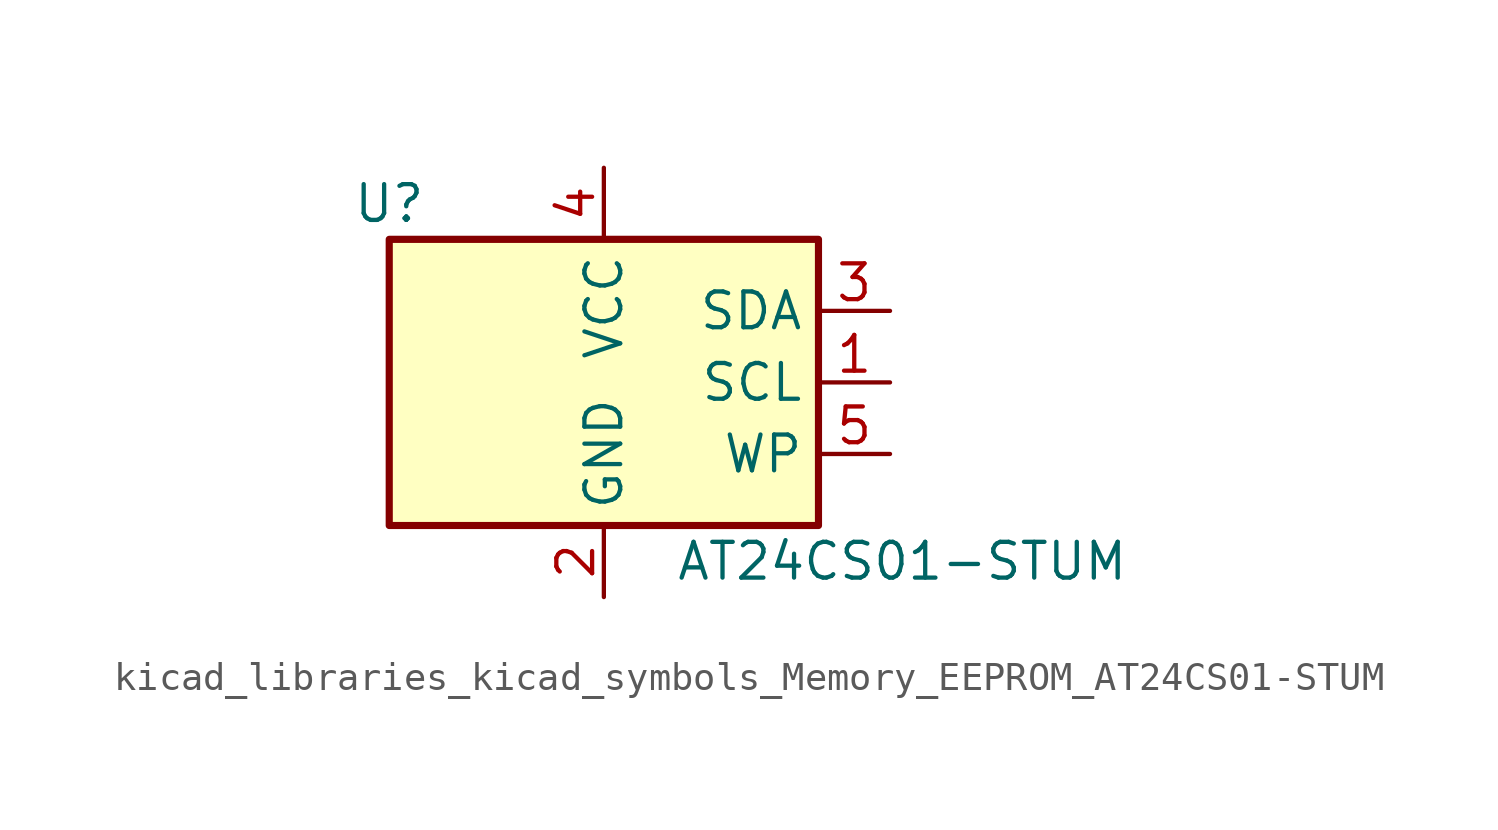
<source format=kicad_sym>
(kicad_symbol_lib
  (version 20220914)
  (generator kicad_symbol_editor)
  (symbol "kicad_libraries_kicad_symbols_Memory_EEPROM_AT24CS01-STUM"
    (property "Reference" "U"
      (at -7.62 6.35 0)
      (effects (font (size 1.27 1.27))))
    (property "Value" "AT24CS01-STUM"
      (at 2.54 -6.35 0)
      (effects (font (size 1.27 1.27)) (justify left)))
    (symbol "kicad_libraries_kicad_symbols_Memory_EEPROM_AT24CS01-STUM_1_1"
      (rectangle (start -7.62 5.08) (end 7.62 -5.08) (stroke (width 0.254) (type default)) (fill (type background)))
      (pin input line (at 10.16 0 180) (length 2.54) (name "SCL" (effects (font (size 1.27 1.27)))) (number "1" (effects (font (size 1.27 1.27)))))
      (pin power_in line (at 0 -7.62 90) (length 2.54) (name "GND" (effects (font (size 1.27 1.27)))) (number "2" (effects (font (size 1.27 1.27)))))
      (pin bidirectional line (at 10.16 2.54 180) (length 2.54) (name "SDA" (effects (font (size 1.27 1.27)))) (number "3" (effects (font (size 1.27 1.27)))))
      (pin power_in line (at 0 7.62 270) (length 2.54) (name "VCC" (effects (font (size 1.27 1.27)))) (number "4" (effects (font (size 1.27 1.27)))))
      (pin input line (at 10.16 -2.54 180) (length 2.54) (name "WP" (effects (font (size 1.27 1.27)))) (number "5" (effects (font (size 1.27 1.27))))))))
</source>
